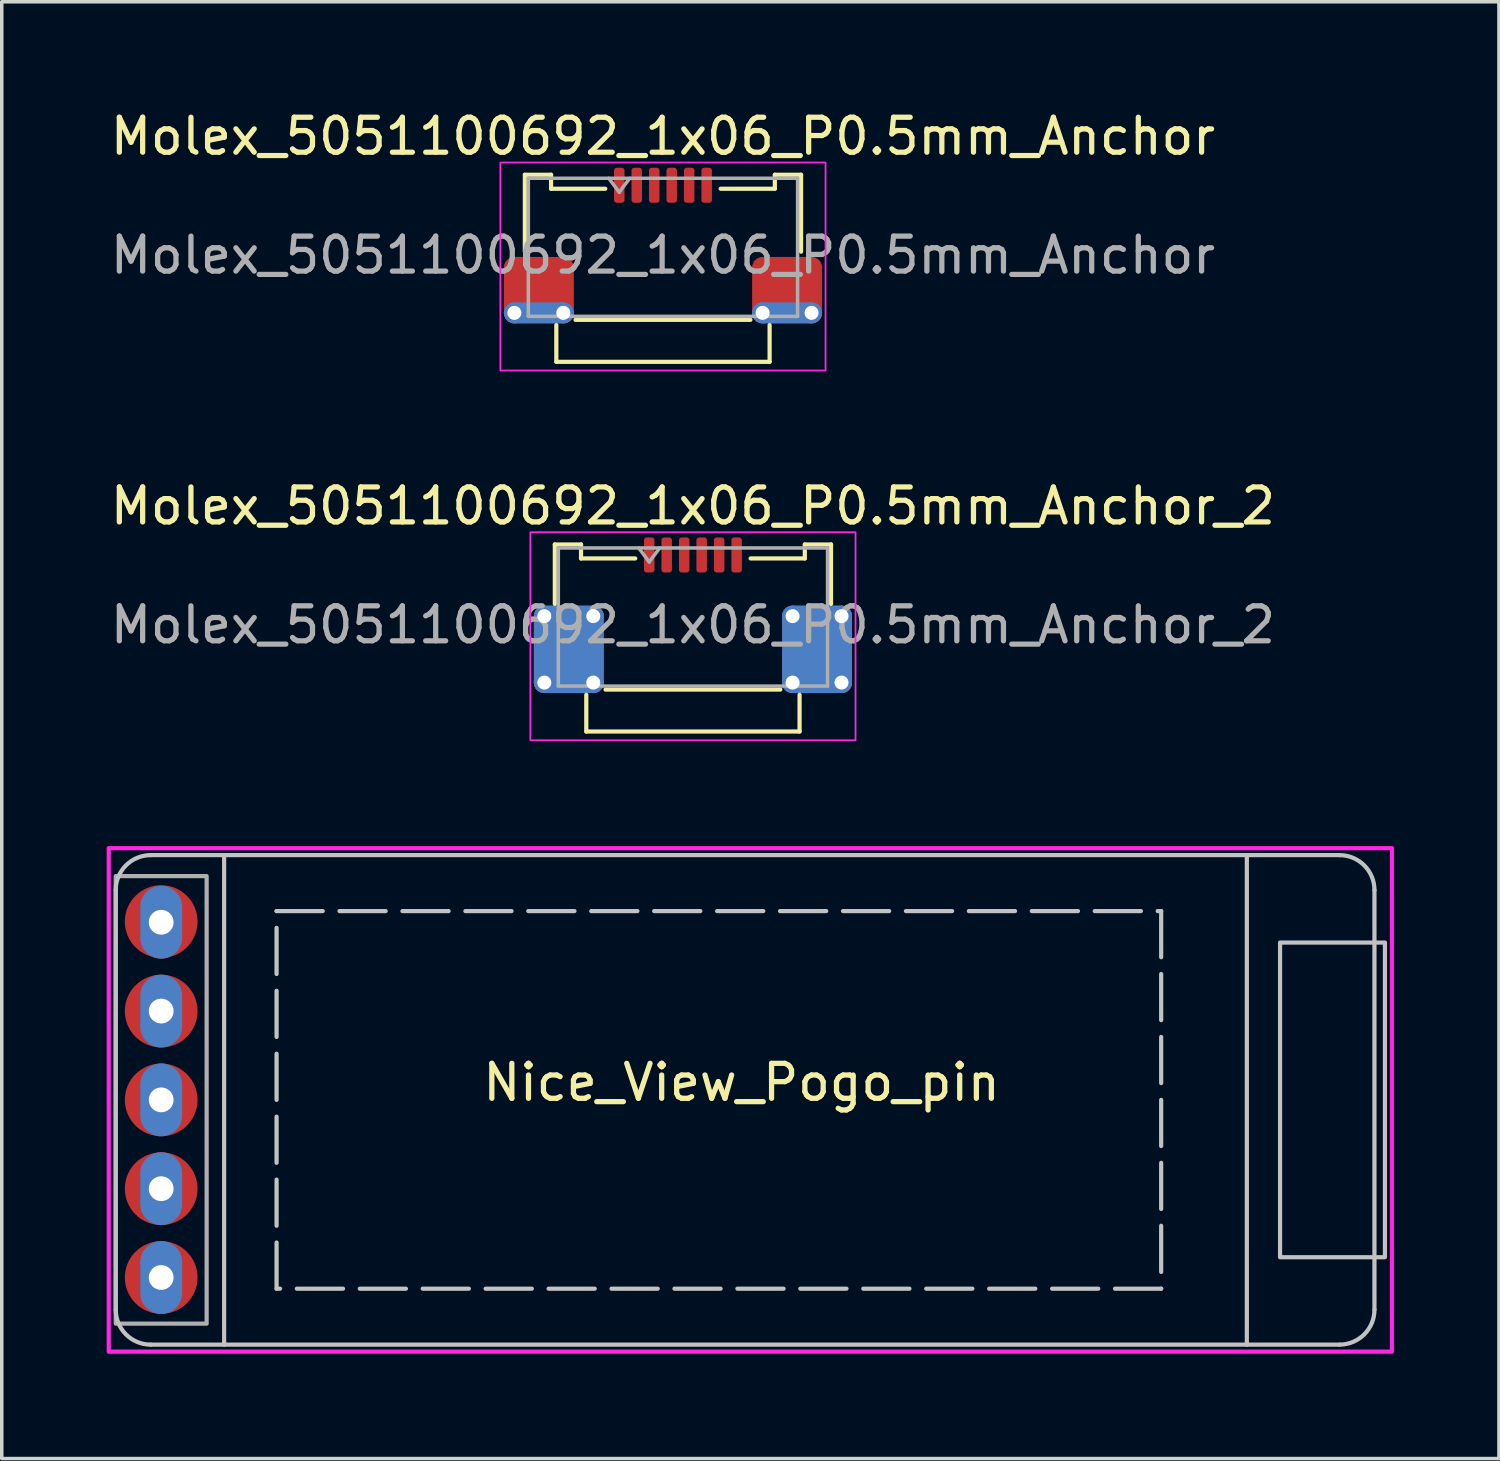
<source format=kicad_pcb>
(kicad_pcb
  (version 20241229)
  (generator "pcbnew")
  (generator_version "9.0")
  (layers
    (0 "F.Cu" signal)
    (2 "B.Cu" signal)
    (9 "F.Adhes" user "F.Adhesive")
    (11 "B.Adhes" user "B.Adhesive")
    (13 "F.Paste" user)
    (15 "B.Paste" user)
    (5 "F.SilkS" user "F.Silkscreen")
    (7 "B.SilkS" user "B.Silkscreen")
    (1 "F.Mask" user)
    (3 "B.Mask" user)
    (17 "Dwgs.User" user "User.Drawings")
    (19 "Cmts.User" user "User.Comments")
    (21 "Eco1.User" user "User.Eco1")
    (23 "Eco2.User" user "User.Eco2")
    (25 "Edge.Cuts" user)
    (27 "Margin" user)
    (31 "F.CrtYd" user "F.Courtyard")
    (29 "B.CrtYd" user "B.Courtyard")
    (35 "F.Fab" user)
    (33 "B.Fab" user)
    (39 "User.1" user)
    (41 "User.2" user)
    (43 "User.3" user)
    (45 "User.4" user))
  (footprint "Molex_5051100692_1x06_P0.5mm_Anchor"
    (layer "F.Cu")
    (at 15.911 4.248)
    (property "Reference" "Molex_5051100692_1x06_P0.5mm_Anchor" (at 0 -3.4 0) (layer "F.SilkS") (effects (font (size 1 1) (thickness 0.15))))
    (attr smd)
    (fp_line (start -3.95 -2.3) (end -3.95 -0.1) (stroke (width 0.12) (type default)) (layer "F.SilkS"))
    (fp_line (start -3.95 -2.3) (end -3.2 -2.3) (stroke (width 0.12) (type default)) (layer "F.SilkS"))
    (fp_line (start -3.2 -2.3) (end -3.2 -1.9) (stroke (width 0.12) (type default)) (layer "F.SilkS"))
    (fp_line (start -3.2 -1.9) (end -1.65 -1.9) (stroke (width 0.12) (type default)) (layer "F.SilkS"))
    (fp_line (start -3.05 3.05) (end -3.05 2) (stroke (width 0.12) (type default)) (layer "F.SilkS"))
    (fp_line (start -2.5 1.85) (end 2.5 1.85) (stroke (width 0.12) (type default)) (layer "F.SilkS"))
    (fp_line (start 3.05 3.05) (end -3.05 3.05) (stroke (width 0.12) (type default)) (layer "F.SilkS"))
    (fp_line (start 3.05 3.05) (end 3.05 2) (stroke (width 0.12) (type default)) (layer "F.SilkS"))
    (fp_line (start 3.2 -2.3) (end 3.2 -1.9) (stroke (width 0.12) (type default)) (layer "F.SilkS"))
    (fp_line (start 3.2 -1.9) (end 1.65 -1.9) (stroke (width 0.12) (type default)) (layer "F.SilkS"))
    (fp_line (start 3.95 -2.3) (end 3.2 -2.3) (stroke (width 0.12) (type default)) (layer "F.SilkS"))
    (fp_line (start 3.95 -2.3) (end 3.95 -0.1) (stroke (width 0.12) (type default)) (layer "F.SilkS"))
    (fp_rect (start -4.65 -2.65) (end 4.65 3.3) (stroke (width 0.05) (type default)) (fill no) (layer "F.CrtYd"))
    (fp_line (start -3.85 -2.2) (end -3.85 1.75) (stroke (width 0.1) (type solid)) (layer "F.Fab"))
    (fp_line (start -3.85 -2.2) (end 3.85 -2.2) (stroke (width 0.1) (type solid)) (layer "F.Fab"))
    (fp_line (start -3.85 1.75) (end 3.85 1.75) (stroke (width 0.1) (type solid)) (layer "F.Fab"))
    (fp_line (start -1.55 -2.2) (end -1.25 -1.8) (stroke (width 0.1) (type solid)) (layer "F.Fab"))
    (fp_line (start -1.25 -1.8) (end -0.95 -2.2) (stroke (width 0.1) (type solid)) (layer "F.Fab"))
    (fp_line (start 3.85 -2.2) (end 3.85 1.75) (stroke (width 0.1) (type solid)) (layer "F.Fab"))
    (fp_text user "${REFERENCE}" (at 0 0 0) (layer "F.Fab") (effects (font (size 1 1) (thickness 0.15))))
    (pad "" smd roundrect (at -3.55 0.7) (size 2 1.3) (layers "F.Mask" "F.Paste") (roundrect_rratio 0.231))
    (pad "" smd roundrect (at 3.55 0.7) (size 2 1.3) (layers "F.Mask" "F.Paste") (roundrect_rratio 0.231))
    (pad "1" smd roundrect (at -1.25 -2) (size 0.3 1) (layers "F.Cu" "F.Mask" "F.Paste") (roundrect_rratio 0.25))
    (pad "2" smd roundrect (at -0.75 -2) (size 0.3 1) (layers "F.Cu" "F.Mask" "F.Paste") (roundrect_rratio 0.25))
    (pad "3" smd roundrect (at -0.25 -2) (size 0.3 1) (layers "F.Cu" "F.Mask" "F.Paste") (roundrect_rratio 0.25))
    (pad "4" smd roundrect (at 0.25 -2) (size 0.3 1) (layers "F.Cu" "F.Mask" "F.Paste") (roundrect_rratio 0.25))
    (pad "5" smd roundrect (at 0.75 -2) (size 0.3 1) (layers "F.Cu" "F.Mask" "F.Paste") (roundrect_rratio 0.25))
    (pad "6" smd roundrect (at 1.25 -2) (size 0.3 1) (layers "F.Cu" "F.Mask" "F.Paste") (roundrect_rratio 0.25))
    (pad "MP" thru_hole circle (at -4.25 1.65) (size 0.6 0.6) (drill 0.4) (layers "*.Cu"))
    (pad "MP" smd roundrect (at -3.55 1) (size 2 1.9) (layers "F.Cu") (roundrect_rratio 0.158))
    (pad "MP" smd roundrect (at -3.55 1.65) (size 2 0.6) (layers "B.Cu") (roundrect_rratio 0.5))
    (pad "MP" thru_hole circle (at -2.85 1.65) (size 0.6 0.6) (drill 0.4) (layers "*.Cu"))
    (pad "MP" thru_hole circle (at 2.85 1.65) (size 0.6 0.6) (drill 0.4) (layers "*.Cu"))
    (pad "MP" smd roundrect (at 3.55 1) (size 2 1.9) (layers "F.Cu") (roundrect_rratio 0.158))
    (pad "MP" smd roundrect (at 3.55 1.65) (size 2 0.6) (layers "B.Cu") (roundrect_rratio 0.5))
    (pad "MP" thru_hole circle (at 4.25 1.65) (size 0.6 0.6) (drill 0.4) (layers "*.Cu")))
  (footprint "Molex_5051100692_1x06_P0.5mm_Anchor_2"
    (layer "F.Cu")
    (at 16.768 14.822)
    (property "Reference" "Molex_5051100692_1x06_P0.5mm_Anchor_2" (at 0 -3.4 0) (layer "F.SilkS") (effects (font (size 1 1) (thickness 0.15))))
    (attr smd)
    (fp_line (start -3.95 -2.3) (end -3.95 -0.6) (stroke (width 0.12) (type default)) (layer "F.SilkS"))
    (fp_line (start -3.95 -2.3) (end -3.2 -2.3) (stroke (width 0.12) (type default)) (layer "F.SilkS"))
    (fp_line (start -3.2 -2.3) (end -3.2 -1.9) (stroke (width 0.12) (type default)) (layer "F.SilkS"))
    (fp_line (start -3.2 -1.9) (end -1.65 -1.9) (stroke (width 0.12) (type default)) (layer "F.SilkS"))
    (fp_line (start -3.05 3.05) (end -3.05 2) (stroke (width 0.12) (type default)) (layer "F.SilkS"))
    (fp_line (start -2.5 1.85) (end 2.5 1.85) (stroke (width 0.12) (type default)) (layer "F.SilkS"))
    (fp_line (start 3.05 3.05) (end -3.05 3.05) (stroke (width 0.12) (type default)) (layer "F.SilkS"))
    (fp_line (start 3.05 3.05) (end 3.05 2) (stroke (width 0.12) (type default)) (layer "F.SilkS"))
    (fp_line (start 3.2 -2.3) (end 3.2 -1.9) (stroke (width 0.12) (type default)) (layer "F.SilkS"))
    (fp_line (start 3.2 -1.9) (end 1.65 -1.9) (stroke (width 0.12) (type default)) (layer "F.SilkS"))
    (fp_line (start 3.95 -2.3) (end 3.2 -2.3) (stroke (width 0.12) (type default)) (layer "F.SilkS"))
    (fp_line (start 3.95 -2.3) (end 3.95 -0.6) (stroke (width 0.12) (type default)) (layer "F.SilkS"))
    (fp_rect (start -4.65 -2.65) (end 4.65 3.3) (stroke (width 0.05) (type default)) (fill no) (layer "F.CrtYd"))
    (fp_line (start -3.85 -2.2) (end -3.85 1.75) (stroke (width 0.1) (type solid)) (layer "F.Fab"))
    (fp_line (start -3.85 -2.2) (end 3.85 -2.2) (stroke (width 0.1) (type solid)) (layer "F.Fab"))
    (fp_line (start -3.85 1.75) (end 3.85 1.75) (stroke (width 0.1) (type solid)) (layer "F.Fab"))
    (fp_line (start -1.55 -2.2) (end -1.25 -1.8) (stroke (width 0.1) (type solid)) (layer "F.Fab"))
    (fp_line (start -1.25 -1.8) (end -0.95 -2.2) (stroke (width 0.1) (type solid)) (layer "F.Fab"))
    (fp_line (start 3.85 -2.2) (end 3.85 1.75) (stroke (width 0.1) (type solid)) (layer "F.Fab"))
    (fp_text user "${REFERENCE}" (at 0 0 0) (layer "F.Fab") (effects (font (size 1 1) (thickness 0.15))))
    (pad "" smd roundrect (at -3.55 0.7) (size 2 1.3) (layers "F.Mask" "F.Paste") (roundrect_rratio 0.231))
    (pad "" smd roundrect (at 3.55 0.7) (size 2 1.3) (layers "F.Mask" "F.Paste") (roundrect_rratio 0.231))
    (pad "1" smd roundrect (at -1.25 -2) (size 0.3 1) (layers "F.Cu" "F.Mask" "F.Paste") (roundrect_rratio 0.25))
    (pad "2" smd roundrect (at -0.75 -2) (size 0.3 1) (layers "F.Cu" "F.Mask" "F.Paste") (roundrect_rratio 0.25))
    (pad "3" smd roundrect (at -0.25 -2) (size 0.3 1) (layers "F.Cu" "F.Mask" "F.Paste") (roundrect_rratio 0.25))
    (pad "4" smd roundrect (at 0.25 -2) (size 0.3 1) (layers "F.Cu" "F.Mask" "F.Paste") (roundrect_rratio 0.25))
    (pad "5" smd roundrect (at 0.75 -2) (size 0.3 1) (layers "F.Cu" "F.Mask" "F.Paste") (roundrect_rratio 0.25))
    (pad "6" smd roundrect (at 1.25 -2) (size 0.3 1) (layers "F.Cu" "F.Mask" "F.Paste") (roundrect_rratio 0.25))
    (pad "MP" thru_hole circle (at -4.25 -0.25) (size 0.6 0.6) (drill 0.4) (layers "*.Cu"))
    (pad "MP" thru_hole circle (at -4.25 1.65) (size 0.6 0.6) (drill 0.4) (layers "*.Cu"))
    (pad "MP" smd roundrect (at -3.55 0.7) (size 2 2.5) (layers "F.Cu") (roundrect_rratio 0.15))
    (pad "MP" smd roundrect (at -3.55 0.7) (size 2 2.5) (layers "B.Cu") (roundrect_rratio 0.15))
    (pad "MP" thru_hole circle (at -2.85 -0.25) (size 0.6 0.6) (drill 0.4) (layers "*.Cu"))
    (pad "MP" thru_hole circle (at -2.85 1.65) (size 0.6 0.6) (drill 0.4) (layers "*.Cu"))
    (pad "MP" thru_hole circle (at 2.85 -0.25) (size 0.6 0.6) (drill 0.4) (layers "*.Cu"))
    (pad "MP" thru_hole circle (at 2.85 1.65) (size 0.6 0.6) (drill 0.4) (layers "*.Cu"))
    (pad "MP" smd roundrect (at 3.55 0.7) (size 2 2.5) (layers "F.Cu") (roundrect_rratio 0.15))
    (pad "MP" smd roundrect (at 3.55 0.7) (size 2 2.5) (layers "B.Cu") (roundrect_rratio 0.15))
    (pad "MP" thru_hole circle (at 4.25 -0.25) (size 0.6 0.6) (drill 0.4) (layers "*.Cu"))
    (pad "MP" thru_hole circle (at 4.25 1.65) (size 0.6 0.6) (drill 0.4) (layers "*.Cu")))
  (footprint "Nice_View_Pogo_pin"
    (layer "F.Cu")
    (at 1.56 28.407)
    (property "Reference" "Nice_View_Pogo_pin" (at 16.6 -0.5 0) (unlocked yes) (layer "F.SilkS") (effects (font (size 1 1) (thickness 0.15))))
    (attr smd)
    (fp_line (start -1.3 -6) (end -1.3 6) (stroke (width 0.12) (type solid)) (layer "Dwgs.User"))
    (fp_line (start -0.3 -7) (end 33.7 -7) (stroke (width 0.12) (type solid)) (layer "Dwgs.User"))
    (fp_line (start 1.8 7) (end 1.8 -7) (stroke (width 0.12) (type solid)) (layer "Dwgs.User"))
    (fp_line (start 31.05 -7) (end 31.05 7) (stroke (width 0.12) (type solid)) (layer "Dwgs.User"))
    (fp_line (start 33.7 7) (end -0.3 7) (stroke (width 0.12) (type solid)) (layer "Dwgs.User"))
    (fp_line (start 34.7 6) (end 34.7 -6) (stroke (width 0.12) (type solid)) (layer "Dwgs.User"))
    (fp_rect (start 3.3 -5.4) (end 28.6 5.4) (stroke (width 0.12) (type dash)) (fill no) (layer "Dwgs.User"))
    (fp_rect (start 32 4.5) (end 35 -4.5) (stroke (width 0.12) (type solid)) (fill no) (layer "Dwgs.User"))
    (fp_arc (start -1.3 -6) (mid -1.007107 -6.707106) (end -0.3 -7) (stroke (width 0.12) (type solid)) (layer "Dwgs.User"))
    (fp_arc (start -0.3 7) (mid -1.007106 6.707107) (end -1.3 6) (stroke (width 0.12) (type solid)) (layer "Dwgs.User"))
    (fp_arc (start 33.7 -7) (mid 34.407107 -6.707107) (end 34.7 -6) (stroke (width 0.12) (type solid)) (layer "Dwgs.User"))
    (fp_arc (start 34.7 6) (mid 34.407107 6.707107) (end 33.7 7) (stroke (width 0.12) (type solid)) (layer "Dwgs.User"))
    (fp_rect (start -1.5 -7.2) (end 35.2 7.2) (stroke (width 0.12) (type solid)) (fill no) (layer "F.CrtYd"))
    (fp_rect (start -1.3 -6.4) (end 1.3 6.4) (stroke (width 0.12) (type solid)) (fill no) (layer "F.Fab"))
    (pad "1" smd circle (at 0 -5.1) (size 2.08 2.08) (layers "F.Cu" "F.Mask"))
    (pad "1" thru_hole oval (at 0 -5.08) (size 1.2 2.08) (drill 0.71) (layers "*.Cu" "*.Mask"))
    (pad "2" thru_hole oval (at 0 -2.54) (size 1.2 2.08) (drill 0.71) (layers "*.Cu" "*.Mask"))
    (pad "2" smd circle (at 0 -2.54) (size 2.08 2.08) (layers "F.Cu" "F.Mask"))
    (pad "3" thru_hole oval (at 0 0) (size 1.2 2.08) (drill 0.71) (layers "*.Cu" "*.Mask"))
    (pad "3" smd circle (at 0 0) (size 2.08 2.08) (layers "F.Cu" "F.Mask"))
    (pad "4" thru_hole oval (at 0 2.54) (size 1.2 2.08) (drill 0.71) (layers "*.Cu" "*.Mask"))
    (pad "4" smd circle (at 0 2.54) (size 2.08 2.08) (layers "F.Cu" "F.Mask"))
    (pad "5" thru_hole oval (at 0 5.08) (size 1.2 2.08) (drill 0.71) (layers "*.Cu" "*.Mask"))
    (pad "5" smd circle (at 0 5.08) (size 2.08 2.08) (layers "F.Cu" "F.Mask")))
  (gr_rect
    (start -3 -3)
    (end 39.82 38.666)
    (stroke (width 0.1) (type default))
    (fill no)
    (layer "Edge.Cuts")))
</source>
